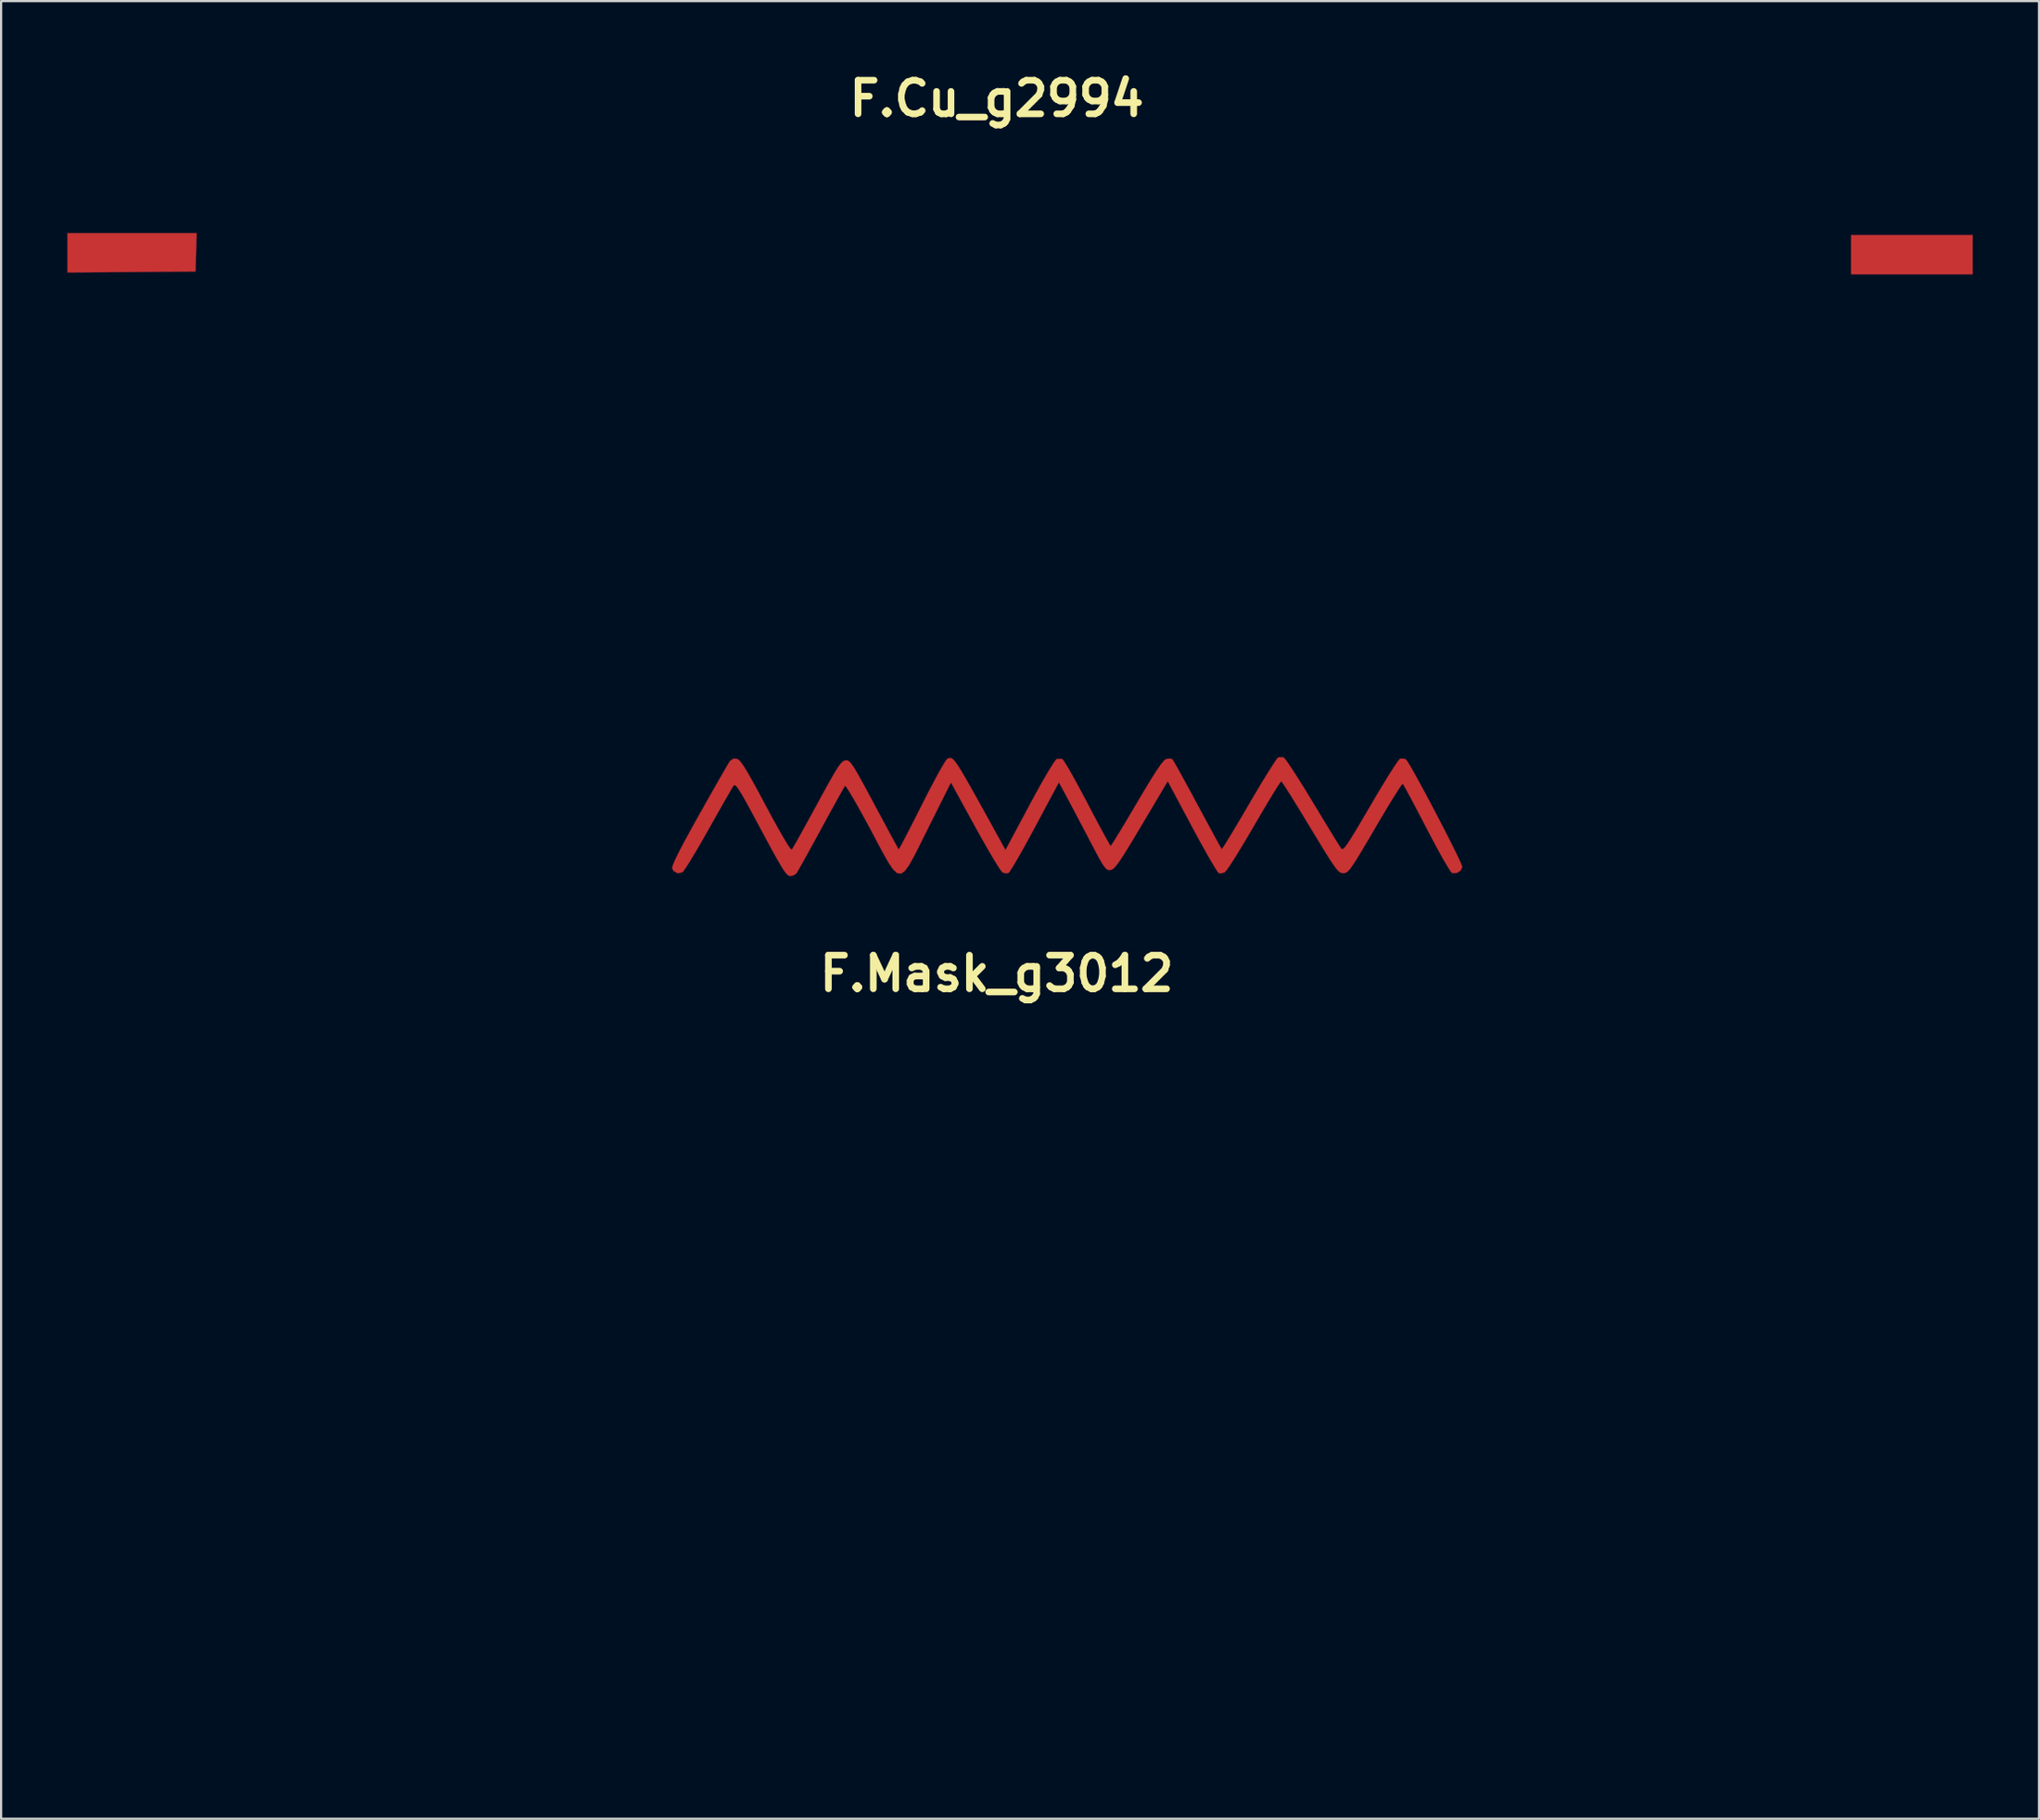
<source format=kicad_pcb>
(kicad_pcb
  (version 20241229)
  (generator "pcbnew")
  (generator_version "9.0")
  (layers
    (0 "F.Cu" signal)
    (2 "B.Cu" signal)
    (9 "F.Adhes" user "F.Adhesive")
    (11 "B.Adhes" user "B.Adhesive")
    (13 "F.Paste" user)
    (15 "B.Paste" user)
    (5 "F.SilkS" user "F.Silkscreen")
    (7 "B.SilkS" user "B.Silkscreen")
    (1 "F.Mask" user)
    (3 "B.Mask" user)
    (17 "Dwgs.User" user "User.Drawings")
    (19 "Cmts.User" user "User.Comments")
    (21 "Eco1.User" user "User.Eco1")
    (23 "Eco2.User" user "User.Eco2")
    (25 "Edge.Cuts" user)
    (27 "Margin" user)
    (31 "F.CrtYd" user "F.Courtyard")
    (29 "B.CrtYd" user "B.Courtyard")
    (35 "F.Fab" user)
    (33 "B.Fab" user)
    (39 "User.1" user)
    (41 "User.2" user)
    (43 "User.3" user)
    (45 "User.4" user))
  (footprint "F.Mask_g3012"
    (layer "F.Cu")
    (at 42.084 41.062)
    (property "Reference" "F.Mask_g3012" (at 0 0 0) (layer "F.SilkS") (effects (font (size 1.524 1.524) (thickness 0.3))))
    (attr through_hole)
    (fp_poly (pts (xy -36.153 7.789) (xy -42.079 7.789) (xy -42.079 6.096) (xy -36.153 6.096) (xy -36.153 7.789)) (stroke (width 0.01) (type solid)) (fill yes) (layer "F.Mask"))
    (fp_poly (pts (xy 44.111 7.959) (xy 38.693 7.959) (xy 38.693 6.181) (xy 44.111 6.181) (xy 44.111 7.959)) (stroke (width 0.01) (type solid)) (fill yes) (layer "F.Mask"))
    (fp_poly (pts (xy 12.854 29.904) (xy 12.929 29.929) (xy 13.018 29.998) (xy 13.131 30.125) (xy 13.279 30.327) (xy 13.473 30.618) (xy 13.722 31.013) (xy 14.038 31.527) (xy 14.328 32.004) (xy 14.652 32.537) (xy 14.95 33.021) (xy 15.209 33.437) (xy 15.418 33.767) (xy 15.565 33.992) (xy 15.639 34.094) (xy 15.644 34.098) (xy 15.701 34.033) (xy 15.831 33.839) (xy 16.022 33.536) (xy 16.264 33.14) (xy 16.545 32.672) (xy 16.853 32.148) (xy 16.901 32.066) (xy 17.253 31.463) (xy 17.532 30.991) (xy 17.749 30.634) (xy 17.915 30.376) (xy 18.041 30.202) (xy 18.139 30.094) (xy 18.22 30.038) (xy 18.295 30.017) (xy 18.34 30.014) (xy 18.406 30.015) (xy 18.466 30.027) (xy 18.528 30.062) (xy 18.599 30.135) (xy 18.689 30.258) (xy 18.805 30.446) (xy 18.955 30.711) (xy 19.147 31.067) (xy 19.389 31.528) (xy 19.69 32.106) (xy 20.057 32.815) (xy 20.241 33.171) (xy 20.525 33.724) (xy 20.736 34.149) (xy 20.881 34.462) (xy 20.97 34.685) (xy 21.01 34.836) (xy 21.009 34.934) (xy 20.996 34.97) (xy 20.842 35.105) (xy 20.703 35.137) (xy 20.622 35.12) (xy 20.537 35.059) (xy 20.434 34.932) (xy 20.301 34.721) (xy 20.124 34.407) (xy 19.891 33.969) (xy 19.761 33.718) (xy 19.498 33.216) (xy 19.235 32.713) (xy 18.991 32.25) (xy 18.788 31.866) (xy 18.671 31.647) (xy 18.32 30.994) (xy 17.107 33.073) (xy 16.789 33.611) (xy 16.494 34.101) (xy 16.233 34.524) (xy 16.018 34.86) (xy 15.861 35.09) (xy 15.774 35.195) (xy 15.767 35.2) (xy 15.591 35.2) (xy 15.512 35.167) (xy 15.436 35.076) (xy 15.287 34.859) (xy 15.074 34.534) (xy 14.812 34.121) (xy 14.512 33.639) (xy 14.187 33.106) (xy 14.114 32.986) (xy 13.697 32.304) (xy 13.361 31.768) (xy 13.102 31.374) (xy 12.919 31.12) (xy 12.81 31.003) (xy 12.776 31) (xy 12.717 31.102) (xy 12.584 31.329) (xy 12.39 31.661) (xy 12.146 32.078) (xy 11.864 32.56) (xy 11.572 33.06) (xy 11.263 33.583) (xy 10.976 34.059) (xy 10.723 34.468) (xy 10.517 34.79) (xy 10.37 35.005) (xy 10.297 35.091) (xy 10.109 35.129) (xy 10.012 35.086) (xy 9.933 34.989) (xy 9.788 34.763) (xy 9.589 34.429) (xy 9.348 34.007) (xy 9.077 33.518) (xy 8.815 33.034) (xy 8.532 32.509) (xy 8.273 32.038) (xy 8.05 31.639) (xy 7.873 31.332) (xy 7.753 31.137) (xy 7.702 31.073) (xy 7.644 31.143) (xy 7.512 31.34) (xy 7.318 31.645) (xy 7.075 32.039) (xy 6.793 32.503) (xy 6.491 33.009) (xy 6.179 33.528) (xy 5.89 33.998) (xy 5.636 34.399) (xy 5.43 34.713) (xy 5.283 34.919) (xy 5.211 34.996) (xy 5.029 35.017) (xy 4.967 35.004) (xy 4.899 34.919) (xy 4.766 34.705) (xy 4.579 34.38) (xy 4.35 33.967) (xy 4.09 33.484) (xy 3.846 33.018) (xy 3.572 32.495) (xy 3.324 32.025) (xy 3.111 31.628) (xy 2.944 31.324) (xy 2.834 31.133) (xy 2.793 31.074) (xy 2.744 31.145) (xy 2.625 31.347) (xy 2.449 31.66) (xy 2.226 32.065) (xy 1.966 32.543) (xy 1.679 33.074) (xy 1.661 33.109) (xy 1.336 33.714) (xy 1.08 34.186) (xy 0.882 34.541) (xy 0.731 34.794) (xy 0.616 34.963) (xy 0.527 35.063) (xy 0.454 35.111) (xy 0.386 35.123) (xy 0.349 35.12) (xy 0.274 35.098) (xy 0.192 35.038) (xy 0.093 34.923) (xy -0.035 34.738) (xy -0.201 34.465) (xy -0.418 34.09) (xy -0.694 33.594) (xy -0.974 33.085) (xy -1.265 32.555) (xy -1.531 32.078) (xy -1.76 31.672) (xy -1.941 31.356) (xy -2.064 31.151) (xy -2.118 31.074) (xy -2.118 31.074) (xy -2.166 31.146) (xy -2.278 31.351) (xy -2.445 31.668) (xy -2.657 32.078) (xy -2.902 32.561) (xy -3.172 33.098) (xy -3.175 33.105) (xy -3.455 33.658) (xy -3.714 34.153) (xy -3.941 34.573) (xy -4.127 34.897) (xy -4.26 35.107) (xy -4.326 35.182) (xy -4.515 35.195) (xy -4.581 35.179) (xy -4.654 35.093) (xy -4.792 34.879) (xy -4.98 34.561) (xy -5.206 34.161) (xy -5.456 33.701) (xy -5.539 33.547) (xy -5.807 33.042) (xy -6.065 32.558) (xy -6.296 32.126) (xy -6.484 31.776) (xy -6.613 31.541) (xy -6.628 31.513) (xy -6.879 31.065) (xy -7.968 33.079) (xy -8.325 33.736) (xy -8.613 34.256) (xy -8.844 34.653) (xy -9.025 34.942) (xy -9.169 35.134) (xy -9.284 35.245) (xy -9.38 35.288) (xy -9.467 35.277) (xy -9.533 35.241) (xy -9.595 35.153) (xy -9.726 34.935) (xy -9.914 34.606) (xy -10.148 34.187) (xy -10.416 33.696) (xy -10.709 33.155) (xy -10.749 33.08) (xy -11.872 30.98) (xy -13.028 33.037) (xy -13.369 33.642) (xy -13.638 34.116) (xy -13.847 34.473) (xy -14.008 34.731) (xy -14.13 34.906) (xy -14.225 35.014) (xy -14.304 35.07) (xy -14.379 35.091) (xy -14.437 35.094) (xy -14.57 35.083) (xy -14.659 35.042) (xy -14.701 34.956) (xy -14.69 34.813) (xy -14.62 34.598) (xy -14.488 34.3) (xy -14.287 33.903) (xy -14.014 33.396) (xy -13.663 32.763) (xy -13.414 32.322) (xy -13.045 31.669) (xy -12.749 31.149) (xy -12.514 30.747) (xy -12.332 30.448) (xy -12.193 30.237) (xy -12.086 30.099) (xy -12.001 30.019) (xy -11.93 29.982) (xy -11.86 29.972) (xy -11.857 29.972) (xy -11.784 29.98) (xy -11.712 30.016) (xy -11.63 30.095) (xy -11.526 30.234) (xy -11.392 30.449) (xy -11.216 30.756) (xy -10.989 31.172) (xy -10.7 31.711) (xy -10.498 32.09) (xy -9.371 34.209) (xy -9.191 33.89) (xy -9.099 33.723) (xy -8.941 33.434) (xy -8.731 33.048) (xy -8.484 32.591) (xy -8.213 32.09) (xy -8.083 31.848) (xy -7.811 31.353) (xy -7.559 30.906) (xy -7.338 30.531) (xy -7.163 30.249) (xy -7.046 30.083) (xy -7.012 30.049) (xy -6.828 30.007) (xy -6.743 30.022) (xy -6.671 30.107) (xy -6.532 30.322) (xy -6.338 30.647) (xy -6.1 31.063) (xy -5.83 31.549) (xy -5.54 32.086) (xy -5.533 32.1) (xy -4.45 34.129) (xy -3.41 32.051) (xy -3.063 31.351) (xy -2.783 30.797) (xy -2.555 30.388) (xy -2.364 30.122) (xy -2.193 29.999) (xy -2.025 30.016) (xy -1.846 30.174) (xy -1.639 30.47) (xy -1.389 30.903) (xy -1.078 31.473) (xy -0.868 31.858) (xy -0.581 32.38) (xy -0.316 32.859) (xy -0.085 33.272) (xy 0.1 33.598) (xy 0.226 33.815) (xy 0.276 33.895) (xy 0.316 33.926) (xy 0.369 33.909) (xy 0.445 33.83) (xy 0.553 33.673) (xy 0.702 33.424) (xy 0.901 33.068) (xy 1.16 32.591) (xy 1.472 32.009) (xy 1.838 31.318) (xy 2.132 30.771) (xy 2.371 30.368) (xy 2.57 30.109) (xy 2.747 29.993) (xy 2.917 30.02) (xy 3.096 30.191) (xy 3.302 30.504) (xy 3.549 30.959) (xy 3.856 31.556) (xy 4.064 31.962) (xy 4.338 32.491) (xy 4.587 32.968) (xy 4.799 33.372) (xy 4.964 33.684) (xy 5.072 33.883) (xy 5.113 33.951) (xy 5.161 33.881) (xy 5.282 33.684) (xy 5.468 33.379) (xy 5.705 32.983) (xy 5.983 32.517) (xy 6.291 31.998) (xy 6.314 31.959) (xy 6.665 31.368) (xy 6.941 30.907) (xy 7.154 30.56) (xy 7.317 30.312) (xy 7.44 30.147) (xy 7.534 30.048) (xy 7.612 30) (xy 7.684 29.987) (xy 7.734 29.99) (xy 7.812 30.007) (xy 7.889 30.053) (xy 7.978 30.145) (xy 8.089 30.3) (xy 8.233 30.533) (xy 8.42 30.863) (xy 8.662 31.306) (xy 8.969 31.878) (xy 9.046 32.023) (xy 9.331 32.554) (xy 9.591 33.033) (xy 9.815 33.439) (xy 9.992 33.755) (xy 10.112 33.959) (xy 10.163 34.034) (xy 10.163 34.034) (xy 10.216 33.964) (xy 10.343 33.767) (xy 10.532 33.459) (xy 10.772 33.06) (xy 11.052 32.588) (xy 11.362 32.061) (xy 11.422 31.957) (xy 11.778 31.349) (xy 12.06 30.873) (xy 12.279 30.513) (xy 12.447 30.252) (xy 12.574 30.077) (xy 12.67 29.97) (xy 12.748 29.917) (xy 12.817 29.902) (xy 12.854 29.904)) (stroke (width 0.01) (type solid)) (fill yes) (layer "F.Mask")))
  (footprint "F.Cu_g2994"
    (layer "F.Cu")
    (at 42.084 1.418)
    (property "Reference" "F.Cu_g2994" (at 0 0 0) (layer "F.SilkS") (effects (font (size 1.524 1.524) (thickness 0.3))))
    (attr through_hole)
    (fp_poly (pts (xy 44.196 7.959) (xy 38.693 7.959) (xy 38.693 6.181) (xy 44.196 6.181) (xy 44.196 7.959)) (stroke (width 0.01) (type solid)) (fill yes) (layer "F.Cu"))
    (fp_poly (pts (xy -36.256 6.964) (xy -36.28 7.832) (xy -42.079 7.876) (xy -42.079 6.096) (xy -36.231 6.096) (xy -36.256 6.964)) (stroke (width 0.01) (type solid)) (fill yes) (layer "F.Cu"))
    (fp_poly (pts (xy 12.997 29.857) (xy 13.073 29.94) (xy 13.223 30.15) (xy 13.433 30.466) (xy 13.691 30.87) (xy 13.985 31.342) (xy 14.302 31.862) (xy 14.304 31.865) (xy 14.621 32.391) (xy 14.914 32.875) (xy 15.171 33.297) (xy 15.379 33.635) (xy 15.525 33.868) (xy 15.595 33.976) (xy 15.636 34.008) (xy 15.689 33.996) (xy 15.765 33.926) (xy 15.874 33.783) (xy 16.025 33.553) (xy 16.229 33.223) (xy 16.495 32.777) (xy 16.832 32.202) (xy 16.925 32.043) (xy 17.243 31.503) (xy 17.539 31.012) (xy 17.801 30.589) (xy 18.017 30.252) (xy 18.174 30.02) (xy 18.262 29.914) (xy 18.269 29.909) (xy 18.444 29.909) (xy 18.531 29.946) (xy 18.603 30.041) (xy 18.74 30.265) (xy 18.928 30.595) (xy 19.156 31.01) (xy 19.413 31.485) (xy 19.687 32) (xy 19.966 32.531) (xy 20.237 33.055) (xy 20.49 33.551) (xy 20.712 33.996) (xy 20.892 34.367) (xy 21.018 34.641) (xy 21.078 34.797) (xy 21.081 34.816) (xy 21.01 34.974) (xy 20.841 35.08) (xy 20.647 35.093) (xy 20.622 35.085) (xy 20.549 34.998) (xy 20.411 34.781) (xy 20.22 34.454) (xy 19.988 34.037) (xy 19.727 33.55) (xy 19.468 33.055) (xy 19.192 32.524) (xy 18.941 32.044) (xy 18.723 31.636) (xy 18.552 31.319) (xy 18.436 31.113) (xy 18.388 31.04) (xy 18.332 31.1) (xy 18.203 31.29) (xy 18.012 31.589) (xy 17.77 31.981) (xy 17.49 32.447) (xy 17.181 32.969) (xy 17.135 33.049) (xy 16.782 33.651) (xy 16.503 34.121) (xy 16.286 34.477) (xy 16.12 34.734) (xy 15.994 34.909) (xy 15.896 35.016) (xy 15.815 35.071) (xy 15.74 35.092) (xy 15.696 35.094) (xy 15.62 35.086) (xy 15.543 35.052) (xy 15.455 34.976) (xy 15.343 34.842) (xy 15.198 34.634) (xy 15.006 34.338) (xy 14.758 33.938) (xy 14.442 33.417) (xy 14.202 33.02) (xy 13.879 32.487) (xy 13.583 32.003) (xy 13.325 31.587) (xy 13.116 31.257) (xy 12.969 31.033) (xy 12.895 30.932) (xy 12.89 30.928) (xy 12.833 30.993) (xy 12.703 31.188) (xy 12.513 31.492) (xy 12.272 31.888) (xy 11.994 32.357) (xy 11.688 32.88) (xy 11.653 32.941) (xy 11.34 33.476) (xy 11.047 33.964) (xy 10.787 34.386) (xy 10.573 34.721) (xy 10.416 34.949) (xy 10.329 35.052) (xy 10.325 35.054) (xy 10.147 35.103) (xy 10.06 35.093) (xy 9.992 35.01) (xy 9.857 34.796) (xy 9.666 34.472) (xy 9.431 34.056) (xy 9.162 33.57) (xy 8.871 33.032) (xy 8.848 32.988) (xy 7.747 30.925) (xy 6.559 32.925) (xy 6.2 33.527) (xy 5.914 33.998) (xy 5.691 34.353) (xy 5.519 34.609) (xy 5.387 34.781) (xy 5.286 34.886) (xy 5.202 34.937) (xy 5.148 34.951) (xy 5.066 34.951) (xy 4.988 34.919) (xy 4.902 34.833) (xy 4.792 34.676) (xy 4.647 34.426) (xy 4.453 34.066) (xy 4.196 33.575) (xy 4.185 33.554) (xy 3.927 33.058) (xy 3.67 32.57) (xy 3.436 32.126) (xy 3.244 31.764) (xy 3.131 31.554) (xy 2.817 30.977) (xy 1.729 33.013) (xy 1.439 33.55) (xy 1.169 34.038) (xy 0.931 34.456) (xy 0.738 34.784) (xy 0.599 35.002) (xy 0.528 35.091) (xy 0.526 35.092) (xy 0.36 35.092) (xy 0.265 35.058) (xy 0.187 34.965) (xy 0.041 34.744) (xy -0.161 34.414) (xy -0.406 33.995) (xy -0.683 33.509) (xy -0.976 32.982) (xy -2.071 30.983) (xy -3.11 33.06) (xy -3.46 33.764) (xy -3.741 34.321) (xy -3.97 34.732) (xy -4.163 34.997) (xy -4.337 35.116) (xy -4.508 35.09) (xy -4.692 34.919) (xy -4.905 34.602) (xy -5.165 34.142) (xy -5.486 33.536) (xy -5.716 33.102) (xy -6.003 32.572) (xy -6.266 32.097) (xy -6.495 31.698) (xy -6.678 31.391) (xy -6.804 31.197) (xy -6.864 31.133) (xy -6.866 31.134) (xy -6.922 31.223) (xy -7.047 31.442) (xy -7.229 31.767) (xy -7.457 32.18) (xy -7.72 32.66) (xy -7.962 33.105) (xy -8.246 33.627) (xy -8.507 34.103) (xy -8.733 34.511) (xy -8.912 34.831) (xy -9.033 35.04) (xy -9.08 35.115) (xy -9.227 35.201) (xy -9.356 35.221) (xy -9.423 35.203) (xy -9.502 35.139) (xy -9.603 35.013) (xy -9.736 34.809) (xy -9.91 34.513) (xy -10.135 34.109) (xy -10.422 33.581) (xy -10.678 33.102) (xy -11.011 32.479) (xy -11.275 31.993) (xy -11.48 31.629) (xy -11.633 31.372) (xy -11.744 31.208) (xy -11.823 31.122) (xy -11.877 31.101) (xy -11.916 31.128) (xy -11.986 31.241) (xy -12.125 31.479) (xy -12.322 31.821) (xy -12.564 32.246) (xy -12.837 32.731) (xy -13.06 33.128) (xy -13.351 33.64) (xy -13.621 34.104) (xy -13.859 34.499) (xy -14.051 34.804) (xy -14.184 34.998) (xy -14.239 35.058) (xy -14.455 35.097) (xy -14.632 34.99) (xy -14.692 34.876) (xy -14.672 34.76) (xy -14.575 34.523) (xy -14.399 34.16) (xy -14.14 33.666) (xy -13.797 33.036) (xy -13.467 32.444) (xy -13.145 31.873) (xy -12.846 31.344) (xy -12.58 30.877) (xy -12.359 30.492) (xy -12.194 30.208) (xy -12.095 30.044) (xy -12.078 30.017) (xy -11.92 29.905) (xy -11.761 29.917) (xy -11.683 29.961) (xy -11.584 30.068) (xy -11.455 30.252) (xy -11.286 30.529) (xy -11.068 30.912) (xy -10.792 31.416) (xy -10.457 32.043) (xy -10.158 32.6) (xy -9.887 33.089) (xy -9.654 33.494) (xy -9.47 33.799) (xy -9.343 33.987) (xy -9.284 34.041) (xy -9.284 34.041) (xy -9.225 33.949) (xy -9.098 33.729) (xy -8.913 33.4) (xy -8.682 32.983) (xy -8.416 32.499) (xy -8.14 31.991) (xy -7.813 31.39) (xy -7.554 30.922) (xy -7.353 30.571) (xy -7.198 30.321) (xy -7.079 30.153) (xy -6.985 30.053) (xy -6.905 30.003) (xy -6.846 29.988) (xy -6.776 29.988) (xy -6.706 30.015) (xy -6.626 30.086) (xy -6.526 30.218) (xy -6.395 30.425) (xy -6.222 30.726) (xy -5.997 31.136) (xy -5.708 31.671) (xy -5.544 31.978) (xy -5.258 32.511) (xy -4.999 32.994) (xy -4.777 33.406) (xy -4.602 33.728) (xy -4.486 33.94) (xy -4.439 34.024) (xy -4.439 34.024) (xy -4.396 33.96) (xy -4.287 33.763) (xy -4.124 33.452) (xy -3.915 33.048) (xy -3.671 32.569) (xy -3.401 32.033) (xy -3.39 32.01) (xy -3.114 31.466) (xy -2.856 30.974) (xy -2.628 30.551) (xy -2.44 30.22) (xy -2.304 30.001) (xy -2.23 29.913) (xy -2.23 29.913) (xy -2.165 29.889) (xy -2.104 29.878) (xy -2.042 29.893) (xy -1.969 29.945) (xy -1.879 30.047) (xy -1.764 30.209) (xy -1.616 30.444) (xy -1.427 30.764) (xy -1.19 31.18) (xy -0.897 31.704) (xy -0.54 32.348) (xy -0.112 33.124) (xy 0.08 33.472) (xy 0.399 34.05) (xy 1.489 32.011) (xy 1.78 31.472) (xy 2.053 30.984) (xy 2.294 30.565) (xy 2.493 30.237) (xy 2.637 30.018) (xy 2.715 29.928) (xy 2.717 29.927) (xy 2.906 29.914) (xy 2.973 29.93) (xy 3.042 30.015) (xy 3.177 30.23) (xy 3.366 30.555) (xy 3.596 30.969) (xy 3.857 31.453) (xy 4.104 31.921) (xy 4.379 32.445) (xy 4.628 32.914) (xy 4.842 33.311) (xy 5.01 33.615) (xy 5.121 33.806) (xy 5.163 33.865) (xy 5.215 33.795) (xy 5.342 33.597) (xy 5.531 33.291) (xy 5.77 32.896) (xy 6.047 32.43) (xy 6.35 31.918) (xy 6.725 31.286) (xy 7.027 30.79) (xy 7.265 30.418) (xy 7.446 30.158) (xy 7.58 29.998) (xy 7.675 29.924) (xy 7.69 29.919) (xy 7.87 29.905) (xy 7.959 29.94) (xy 8.017 30.032) (xy 8.144 30.253) (xy 8.327 30.583) (xy 8.556 31) (xy 8.82 31.486) (xy 9.094 31.995) (xy 9.378 32.523) (xy 9.636 33.001) (xy 9.856 33.408) (xy 10.03 33.726) (xy 10.144 33.932) (xy 10.189 34.009) (xy 10.239 33.948) (xy 10.362 33.758) (xy 10.547 33.457) (xy 10.784 33.064) (xy 11.062 32.597) (xy 11.369 32.073) (xy 11.428 31.971) (xy 11.744 31.433) (xy 12.037 30.944) (xy 12.296 30.523) (xy 12.508 30.189) (xy 12.662 29.96) (xy 12.745 29.857) (xy 12.751 29.853) (xy 12.933 29.841) (xy 12.997 29.857)) (stroke (width 0.01) (type solid)) (fill yes) (layer "F.Cu")))
  (gr_rect
    (start -3 -3)
    (end 89.285 79.356)
    (stroke (width 0.1) (type default))
    (fill no)
    (layer "Edge.Cuts")))
</source>
